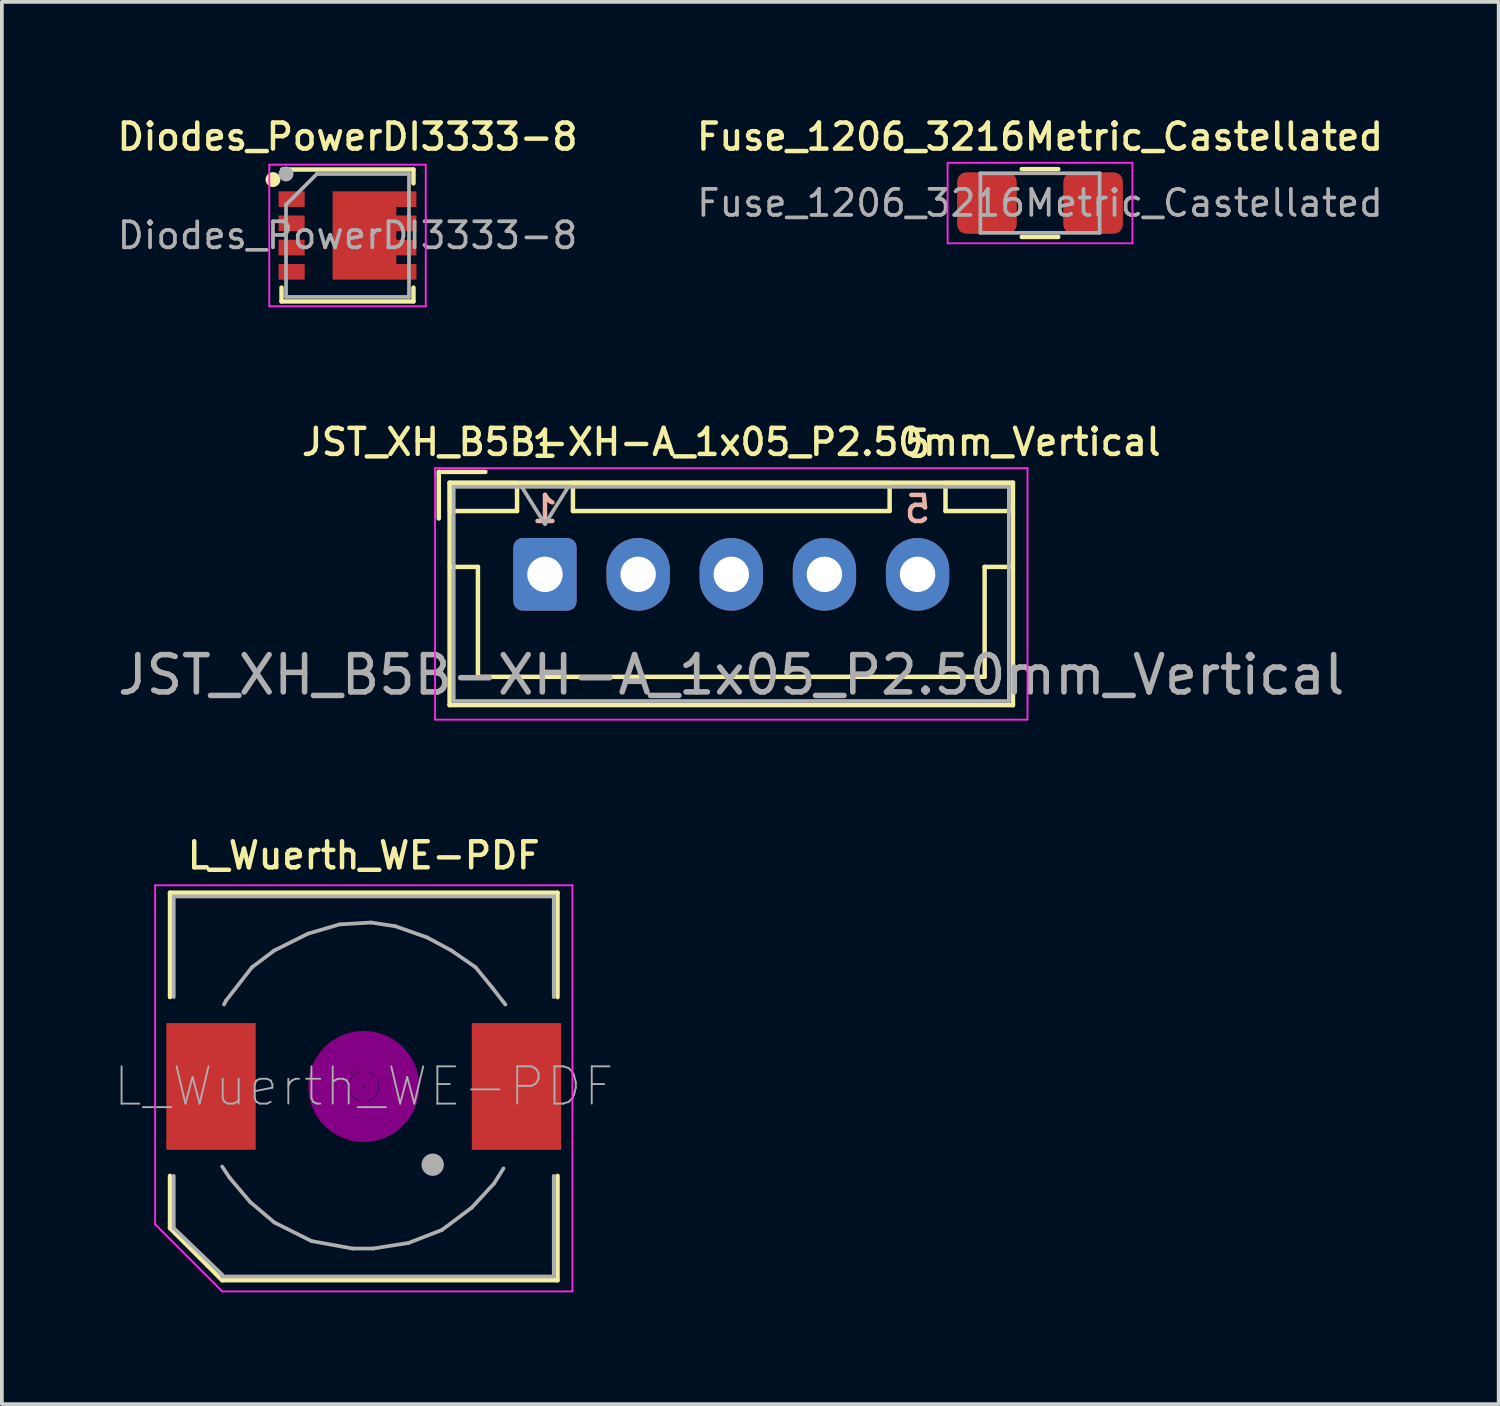
<source format=kicad_pcb>
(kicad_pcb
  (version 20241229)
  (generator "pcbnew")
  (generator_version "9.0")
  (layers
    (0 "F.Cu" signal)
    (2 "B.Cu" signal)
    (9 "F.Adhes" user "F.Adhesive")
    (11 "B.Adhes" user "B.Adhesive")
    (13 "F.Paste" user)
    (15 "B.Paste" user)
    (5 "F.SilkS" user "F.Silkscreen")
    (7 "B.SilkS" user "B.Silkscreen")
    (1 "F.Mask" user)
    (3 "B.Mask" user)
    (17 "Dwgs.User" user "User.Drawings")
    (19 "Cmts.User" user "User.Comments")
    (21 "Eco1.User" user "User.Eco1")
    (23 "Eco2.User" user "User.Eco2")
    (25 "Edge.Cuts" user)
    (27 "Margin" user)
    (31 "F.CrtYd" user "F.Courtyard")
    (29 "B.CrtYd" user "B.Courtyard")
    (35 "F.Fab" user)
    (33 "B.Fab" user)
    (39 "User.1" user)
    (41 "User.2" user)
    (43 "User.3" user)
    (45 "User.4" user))
  (footprint "Fuse_1206_3216Metric_Castellated"
    (layer "F.Cu")
    (at 24.863 2.4)
    (property "Reference" "Fuse_1206_3216Metric_Castellated" (at 0 -1.78 0) (layer "F.SilkS") (effects (font (size 0.7 0.7) (thickness 0.12))))
    (attr smd)
    (fp_line (start -0.49 -0.91) (end 0.49 -0.91) (stroke (width 0.12) (type solid)) (layer "F.SilkS"))
    (fp_line (start -0.49 0.91) (end 0.49 0.91) (stroke (width 0.12) (type solid)) (layer "F.SilkS"))
    (fp_line (start -2.48 -1.08) (end 2.48 -1.08) (stroke (width 0.05) (type solid)) (layer "F.CrtYd"))
    (fp_line (start -2.48 1.08) (end -2.48 -1.08) (stroke (width 0.05) (type solid)) (layer "F.CrtYd"))
    (fp_line (start 2.48 -1.08) (end 2.48 1.08) (stroke (width 0.05) (type solid)) (layer "F.CrtYd"))
    (fp_line (start 2.48 1.08) (end -2.48 1.08) (stroke (width 0.05) (type solid)) (layer "F.CrtYd"))
    (fp_line (start -1.6 -0.8) (end 1.6 -0.8) (stroke (width 0.1) (type solid)) (layer "F.Fab"))
    (fp_line (start -1.6 0.8) (end -1.6 -0.8) (stroke (width 0.1) (type solid)) (layer "F.Fab"))
    (fp_line (start 1.6 -0.8) (end 1.6 0.8) (stroke (width 0.1) (type solid)) (layer "F.Fab"))
    (fp_line (start 1.6 0.8) (end -1.6 0.8) (stroke (width 0.1) (type solid)) (layer "F.Fab"))
    (fp_text user "${REFERENCE}" (at 0 0 0) (layer "F.Fab") (effects (font (size 0.7 0.7) (thickness 0.1))))
    (pad "1" smd roundrect (at -1.425 0) (size 1.6 1.65) (layers "F.Cu" "F.Mask" "F.Paste") (roundrect_rratio 0.156))
    (pad "2" smd roundrect (at 1.425 0) (size 1.6 1.65) (layers "F.Cu" "F.Mask" "F.Paste") (roundrect_rratio 0.156)))
  (footprint "JST_XH_B5B-XH-A_1x05_P2.50mm_Vertical"
    (layer "F.Cu")
    (at 11.577 12.365)
    (property "Reference" "JST_XH_B5B-XH-A_1x05_P2.50mm_Vertical" (at 5 -3.55 0) (layer "F.SilkS") (effects (font (size 0.7 0.7) (thickness 0.12))))
    (attr through_hole)
    (fp_line (start -2.85 -2.75) (end -2.85 -1.5) (stroke (width 0.12) (type solid)) (layer "F.SilkS"))
    (fp_line (start -2.56 -2.46) (end -2.56 3.51) (stroke (width 0.12) (type solid)) (layer "F.SilkS"))
    (fp_line (start -2.56 3.51) (end 12.56 3.51) (stroke (width 0.12) (type solid)) (layer "F.SilkS"))
    (fp_line (start -2.55 -2.45) (end -2.55 -1.7) (stroke (width 0.12) (type solid)) (layer "F.SilkS"))
    (fp_line (start -2.55 -1.7) (end -0.75 -1.7) (stroke (width 0.12) (type solid)) (layer "F.SilkS"))
    (fp_line (start -2.55 -0.2) (end -1.8 -0.2) (stroke (width 0.12) (type solid)) (layer "F.SilkS"))
    (fp_line (start -1.8 -0.2) (end -1.8 2.75) (stroke (width 0.12) (type solid)) (layer "F.SilkS"))
    (fp_line (start -1.8 2.75) (end 5 2.75) (stroke (width 0.12) (type solid)) (layer "F.SilkS"))
    (fp_line (start -1.6 -2.75) (end -2.85 -2.75) (stroke (width 0.12) (type solid)) (layer "F.SilkS"))
    (fp_line (start -0.75 -2.45) (end -2.55 -2.45) (stroke (width 0.12) (type solid)) (layer "F.SilkS"))
    (fp_line (start -0.75 -1.7) (end -0.75 -2.45) (stroke (width 0.12) (type solid)) (layer "F.SilkS"))
    (fp_line (start 0.75 -2.45) (end 0.75 -1.7) (stroke (width 0.12) (type solid)) (layer "F.SilkS"))
    (fp_line (start 0.75 -1.7) (end 9.25 -1.7) (stroke (width 0.12) (type solid)) (layer "F.SilkS"))
    (fp_line (start 9.25 -2.45) (end 0.75 -2.45) (stroke (width 0.12) (type solid)) (layer "F.SilkS"))
    (fp_line (start 9.25 -1.7) (end 9.25 -2.45) (stroke (width 0.12) (type solid)) (layer "F.SilkS"))
    (fp_line (start 10.75 -2.45) (end 10.75 -1.7) (stroke (width 0.12) (type solid)) (layer "F.SilkS"))
    (fp_line (start 10.75 -1.7) (end 12.55 -1.7) (stroke (width 0.12) (type solid)) (layer "F.SilkS"))
    (fp_line (start 11.8 -0.2) (end 11.8 2.75) (stroke (width 0.12) (type solid)) (layer "F.SilkS"))
    (fp_line (start 11.8 2.75) (end 5 2.75) (stroke (width 0.12) (type solid)) (layer "F.SilkS"))
    (fp_line (start 12.55 -2.45) (end 10.75 -2.45) (stroke (width 0.12) (type solid)) (layer "F.SilkS"))
    (fp_line (start 12.55 -1.7) (end 12.55 -2.45) (stroke (width 0.12) (type solid)) (layer "F.SilkS"))
    (fp_line (start 12.55 -0.2) (end 11.8 -0.2) (stroke (width 0.12) (type solid)) (layer "F.SilkS"))
    (fp_line (start 12.56 -2.46) (end -2.56 -2.46) (stroke (width 0.12) (type solid)) (layer "F.SilkS"))
    (fp_line (start 12.56 3.51) (end 12.56 -2.46) (stroke (width 0.12) (type solid)) (layer "F.SilkS"))
    (fp_line (start -2.95 -2.85) (end -2.95 3.9) (stroke (width 0.05) (type solid)) (layer "F.CrtYd"))
    (fp_line (start -2.95 3.9) (end 12.95 3.9) (stroke (width 0.05) (type solid)) (layer "F.CrtYd"))
    (fp_line (start 12.95 -2.85) (end -2.95 -2.85) (stroke (width 0.05) (type solid)) (layer "F.CrtYd"))
    (fp_line (start 12.95 3.9) (end 12.95 -2.85) (stroke (width 0.05) (type solid)) (layer "F.CrtYd"))
    (fp_line (start -2.45 -2.35) (end -2.45 3.4) (stroke (width 0.1) (type solid)) (layer "F.Fab"))
    (fp_line (start -2.45 3.4) (end 12.45 3.4) (stroke (width 0.1) (type solid)) (layer "F.Fab"))
    (fp_line (start -0.625 -2.35) (end 0 -1.35) (stroke (width 0.1) (type solid)) (layer "F.Fab"))
    (fp_line (start 0 -1.35) (end 0.625 -2.35) (stroke (width 0.1) (type solid)) (layer "F.Fab"))
    (fp_line (start 12.45 -2.35) (end -2.45 -2.35) (stroke (width 0.1) (type solid)) (layer "F.Fab"))
    (fp_line (start 12.45 3.4) (end 12.45 -2.35) (stroke (width 0.1) (type solid)) (layer "F.Fab"))
    (fp_text user "5" (at 10 -3.5 0) (layer "F.SilkS") (effects (font (size 0.7 0.7) (thickness 0.12))))
    (fp_text user "1" (at 0 -3.5 0) (layer "F.SilkS") (effects (font (size 0.7 0.7) (thickness 0.12))))
    (fp_text user "5" (at 10 -1.75 0) (layer "B.SilkS") (effects (font (size 0.7 0.7) (thickness 0.12)) (justify mirror)))
    (fp_text user "1" (at 0 -1.75 0) (layer "B.SilkS") (effects (font (size 0.7 0.7) (thickness 0.12)) (justify mirror)))
    (fp_text user "${REFERENCE}" (at 5 2.7 0) (layer "F.Fab") (effects (font (size 1 1) (thickness 0.15))))
    (pad "1" thru_hole roundrect (at 0 0) (size 1.7 1.95) (drill 0.95) (layers "*.Cu" "*.Mask") (roundrect_rratio 0.147))
    (pad "2" thru_hole oval (at 2.5 0) (size 1.7 1.95) (drill 0.95) (layers "*.Cu" "*.Mask"))
    (pad "3" thru_hole oval (at 5 0) (size 1.7 1.95) (drill 0.95) (layers "*.Cu" "*.Mask"))
    (pad "4" thru_hole oval (at 7.5 0) (size 1.7 1.95) (drill 0.95) (layers "*.Cu" "*.Mask"))
    (pad "5" thru_hole oval (at 10 0) (size 1.7 1.95) (drill 0.95) (layers "*.Cu" "*.Mask")))
  (footprint "L_Wuerth_WE-PDF"
    (layer "F.Cu")
    (at 6.713 26.11)
    (property "Reference" "L_Wuerth_WE-PDF" (at 0 -6.2 0) (layer "F.SilkS") (effects (font (size 0.7 0.7) (thickness 0.12))))
    (attr smd)
    (fp_line (start -5.2 -5.2) (end 5.2 -5.2) (stroke (width 0.12) (type solid)) (layer "F.SilkS"))
    (fp_line (start -5.2 -2.4) (end -5.2 -5.2) (stroke (width 0.12) (type solid)) (layer "F.SilkS"))
    (fp_line (start -5.2 3.8) (end -5.2 2.4) (stroke (width 0.12) (type solid)) (layer "F.SilkS"))
    (fp_line (start -3.8 5.2) (end -5.2 3.8) (stroke (width 0.12) (type solid)) (layer "F.SilkS"))
    (fp_line (start 5.2 -5.2) (end 5.2 -2.4) (stroke (width 0.12) (type solid)) (layer "F.SilkS"))
    (fp_line (start 5.2 2.4) (end 5.2 5.2) (stroke (width 0.12) (type solid)) (layer "F.SilkS"))
    (fp_line (start 5.2 5.2) (end -3.8 5.2) (stroke (width 0.12) (type solid)) (layer "F.SilkS"))
    (fp_circle (center 0 0) (end 0.15 0.15) (stroke (width 0.38) (type solid)) (fill no) (layer "F.Adhes"))
    (fp_circle (center 0 0) (end 0.6 0.05) (stroke (width 0.38) (type solid)) (fill no) (layer "F.Adhes"))
    (fp_circle (center 0 0) (end 0.95 0) (stroke (width 0.38) (type solid)) (fill no) (layer "F.Adhes"))
    (fp_circle (center 0 0) (end 1.3 0.05) (stroke (width 0.38) (type solid)) (fill no) (layer "F.Adhes"))
    (fp_line (start -5.6 -5.4) (end 5.6 -5.4) (stroke (width 0.05) (type solid)) (layer "F.CrtYd"))
    (fp_line (start -5.6 3.7) (end -5.6 -5.4) (stroke (width 0.05) (type solid)) (layer "F.CrtYd"))
    (fp_line (start -3.8 5.5) (end -5.6 3.7) (stroke (width 0.05) (type solid)) (layer "F.CrtYd"))
    (fp_line (start 5.6 -5.4) (end 5.6 5.5) (stroke (width 0.05) (type solid)) (layer "F.CrtYd"))
    (fp_line (start 5.6 5.5) (end -3.8 5.5) (stroke (width 0.05) (type solid)) (layer "F.CrtYd"))
    (fp_line (start -5.1 -5.1) (end -5.1 -2.4) (stroke (width 0.1) (type solid)) (layer "F.Fab"))
    (fp_line (start -5.1 2.4) (end -5.1 3.8) (stroke (width 0.1) (type solid)) (layer "F.Fab"))
    (fp_line (start -5.1 3.8) (end -3.8 5.05) (stroke (width 0.1) (type solid)) (layer "F.Fab"))
    (fp_line (start -3.8 2.15) (end -3.6 2.45) (stroke (width 0.1) (type solid)) (layer "F.Fab"))
    (fp_line (start -3.7 -2.3) (end -3.75 -2.2) (stroke (width 0.1) (type solid)) (layer "F.Fab"))
    (fp_line (start -3.6 2.45) (end -3.05 3.1) (stroke (width 0.1) (type solid)) (layer "F.Fab"))
    (fp_line (start -3.05 3.1) (end -2.4 3.65) (stroke (width 0.1) (type solid)) (layer "F.Fab"))
    (fp_line (start -3 -3.2) (end -3.7 -2.3) (stroke (width 0.1) (type solid)) (layer "F.Fab"))
    (fp_line (start -2.4 -3.65) (end -3 -3.2) (stroke (width 0.1) (type solid)) (layer "F.Fab"))
    (fp_line (start -2.4 3.65) (end -1.4 4.15) (stroke (width 0.1) (type solid)) (layer "F.Fab"))
    (fp_line (start -1.5 -4.1) (end -2.4 -3.65) (stroke (width 0.1) (type solid)) (layer "F.Fab"))
    (fp_line (start -1.4 4.15) (end -0.3 4.35) (stroke (width 0.1) (type solid)) (layer "F.Fab"))
    (fp_line (start -0.65 -4.35) (end -1.5 -4.1) (stroke (width 0.1) (type solid)) (layer "F.Fab"))
    (fp_line (start -0.3 4.35) (end 0.25 4.35) (stroke (width 0.1) (type solid)) (layer "F.Fab"))
    (fp_line (start 0.2 -4.4) (end -0.65 -4.35) (stroke (width 0.1) (type solid)) (layer "F.Fab"))
    (fp_line (start 0.25 4.35) (end 1.2 4.2) (stroke (width 0.1) (type solid)) (layer "F.Fab"))
    (fp_line (start 0.85 -4.3) (end 0.2 -4.4) (stroke (width 0.1) (type solid)) (layer "F.Fab"))
    (fp_line (start 1.2 4.2) (end 2.1 3.85) (stroke (width 0.1) (type solid)) (layer "F.Fab"))
    (fp_line (start 1.7 -4) (end 0.85 -4.3) (stroke (width 0.1) (type solid)) (layer "F.Fab"))
    (fp_line (start 2.1 3.85) (end 2.9 3.25) (stroke (width 0.1) (type solid)) (layer "F.Fab"))
    (fp_line (start 2.35 -3.65) (end 1.7 -4) (stroke (width 0.1) (type solid)) (layer "F.Fab"))
    (fp_line (start 2.9 3.25) (end 3.5 2.6) (stroke (width 0.1) (type solid)) (layer "F.Fab"))
    (fp_line (start 3 -3.2) (end 2.35 -3.65) (stroke (width 0.1) (type solid)) (layer "F.Fab"))
    (fp_line (start 3.45 -2.65) (end 3 -3.2) (stroke (width 0.1) (type solid)) (layer "F.Fab"))
    (fp_line (start 3.5 2.6) (end 3.75 2.2) (stroke (width 0.1) (type solid)) (layer "F.Fab"))
    (fp_line (start 3.8 -2.2) (end 3.45 -2.65) (stroke (width 0.1) (type solid)) (layer "F.Fab"))
    (fp_line (start 5.1 -5.1) (end -5.1 -5.1) (stroke (width 0.1) (type solid)) (layer "F.Fab"))
    (fp_line (start 5.1 -5.1) (end 5.1 -2.4) (stroke (width 0.1) (type solid)) (layer "F.Fab"))
    (fp_line (start 5.1 5.1) (end -3.8 5.1) (stroke (width 0.1) (type solid)) (layer "F.Fab"))
    (fp_line (start 5.1 5.1) (end 5.1 2.4) (stroke (width 0.1) (type solid)) (layer "F.Fab"))
    (fp_circle (center 1.85 2.1) (end 2 2.1) (stroke (width 0.3) (type solid)) (fill no) (layer "F.Fab"))
    (fp_text user "${REFERENCE}" (at 0 0 0) (layer "F.Fab") (effects (font (size 1 1) (thickness 0.05))))
    (pad "1" smd rect (at -4.1 0) (size 2.4 3.4) (layers "F.Cu" "F.Mask" "F.Paste"))
    (pad "2" smd rect (at 4.1 0) (size 2.4 3.4) (layers "F.Cu" "F.Mask" "F.Paste")))
  (footprint "Diodes_PowerDI3333-8"
    (layer "F.Cu")
    (at 6.277 3.27)
    (property "Reference" "Diodes_PowerDI3333-8" (at 0 -2.65 0) (layer "F.SilkS") (effects (font (size 0.7 0.7) (thickness 0.12))))
    (attr smd)
    (fp_line (start -1.77 1.77) (end -1.77 1.4) (stroke (width 0.12) (type solid)) (layer "F.SilkS"))
    (fp_line (start -1.77 1.77) (end 1.77 1.77) (stroke (width 0.12) (type solid)) (layer "F.SilkS"))
    (fp_line (start 1.77 -1.77) (end -1.75 -1.77) (stroke (width 0.12) (type solid)) (layer "F.SilkS"))
    (fp_line (start 1.77 -1.77) (end 1.77 -1.4) (stroke (width 0.12) (type solid)) (layer "F.SilkS"))
    (fp_line (start 1.77 1.77) (end 1.77 1.4) (stroke (width 0.12) (type solid)) (layer "F.SilkS"))
    (fp_circle (center -2 -1.5) (end -1.9 -1.5) (stroke (width 0.2) (type solid)) (fill no) (layer "F.SilkS"))
    (fp_line (start -2.1 -1.9) (end -2.1 1.9) (stroke (width 0.05) (type solid)) (layer "F.CrtYd"))
    (fp_line (start -2.1 1.9) (end 2.1 1.9) (stroke (width 0.05) (type solid)) (layer "F.CrtYd"))
    (fp_line (start 2.1 -1.9) (end -2.1 -1.9) (stroke (width 0.05) (type solid)) (layer "F.CrtYd"))
    (fp_line (start 2.1 1.9) (end 2.1 -1.9) (stroke (width 0.05) (type solid)) (layer "F.CrtYd"))
    (fp_line (start -1.65 -0.825) (end -1.65 1.65) (stroke (width 0.1) (type solid)) (layer "F.Fab"))
    (fp_line (start -1.65 1.65) (end 1.65 1.65) (stroke (width 0.1) (type solid)) (layer "F.Fab"))
    (fp_line (start -0.825 -1.65) (end -1.65 -0.825) (stroke (width 0.1) (type solid)) (layer "F.Fab"))
    (fp_line (start 1.65 -1.65) (end -0.825 -1.65) (stroke (width 0.1) (type solid)) (layer "F.Fab"))
    (fp_line (start 1.65 1.65) (end 1.65 -1.65) (stroke (width 0.1) (type solid)) (layer "F.Fab"))
    (fp_circle (center -1.65 -1.65) (end -1.55 -1.65) (stroke (width 0.2) (type solid)) (fill no) (layer "F.Fab"))
    (fp_text user "${REFERENCE}" (at 0 0 0) (layer "F.Fab") (effects (font (size 0.7 0.7) (thickness 0.1))))
    (pad "" smd rect (at 0.02 -0.565) (size 0.6 1) (layers "F.Paste"))
    (pad "" smd rect (at 0.02 0.565) (size 0.6 1) (layers "F.Paste"))
    (pad "" smd rect (at 0.73 -0.565) (size 0.6 1) (layers "F.Paste"))
    (pad "" smd rect (at 0.73 0.565) (size 0.6 1) (layers "F.Paste"))
    (pad "" smd rect (at 1.5 -0.975) (size 0.7 0.42) (layers "F.Paste"))
    (pad "" smd rect (at 1.5 -0.325) (size 0.7 0.42) (layers "F.Paste"))
    (pad "" smd rect (at 1.5 0.325) (size 0.7 0.42) (layers "F.Paste"))
    (pad "" smd rect (at 1.5 0.975) (size 0.7 0.42) (layers "F.Paste"))
    (pad "1" smd rect (at -1.5 -0.975) (size 0.7 0.42) (layers "F.Cu" "F.Mask" "F.Paste"))
    (pad "2" smd rect (at -1.5 -0.325) (size 0.7 0.42) (layers "F.Cu" "F.Mask" "F.Paste"))
    (pad "3" smd rect (at -1.5 0.325) (size 0.7 0.42) (layers "F.Cu" "F.Mask" "F.Paste"))
    (pad "4" smd rect (at -1.5 0.975) (size 0.7 0.42) (layers "F.Cu" "F.Mask" "F.Paste"))
    (pad "5" smd custom (at 0.455 0) (size 1.71 2.37) (layers "F.Cu" "F.Mask") (options (anchor rect)) (primitives (gr_poly (pts (xy 0.855 1.185) (xy 1.395 1.185) (xy 1.395 0.765) (xy 0.855 0.765)) (width 0) (fill yes)) (gr_poly (pts (xy 0.855 0.535) (xy 1.395 0.535) (xy 1.395 0.115) (xy 0.855 0.115)) (width 0) (fill yes)) (gr_poly (pts (xy 0.855 -0.115) (xy 1.395 -0.115) (xy 1.395 -0.535) (xy 0.855 -0.535)) (width 0) (fill yes)) (gr_poly (pts (xy 0.855 -0.765) (xy 1.395 -0.765) (xy 1.395 -1.185) (xy 0.855 -1.185)) (width 0) (fill yes)))))
  (gr_rect
    (start -3 -3)
    (end 37.173 34.635)
    (stroke (width 0.1) (type default))
    (fill no)
    (layer "Edge.Cuts")))
</source>
